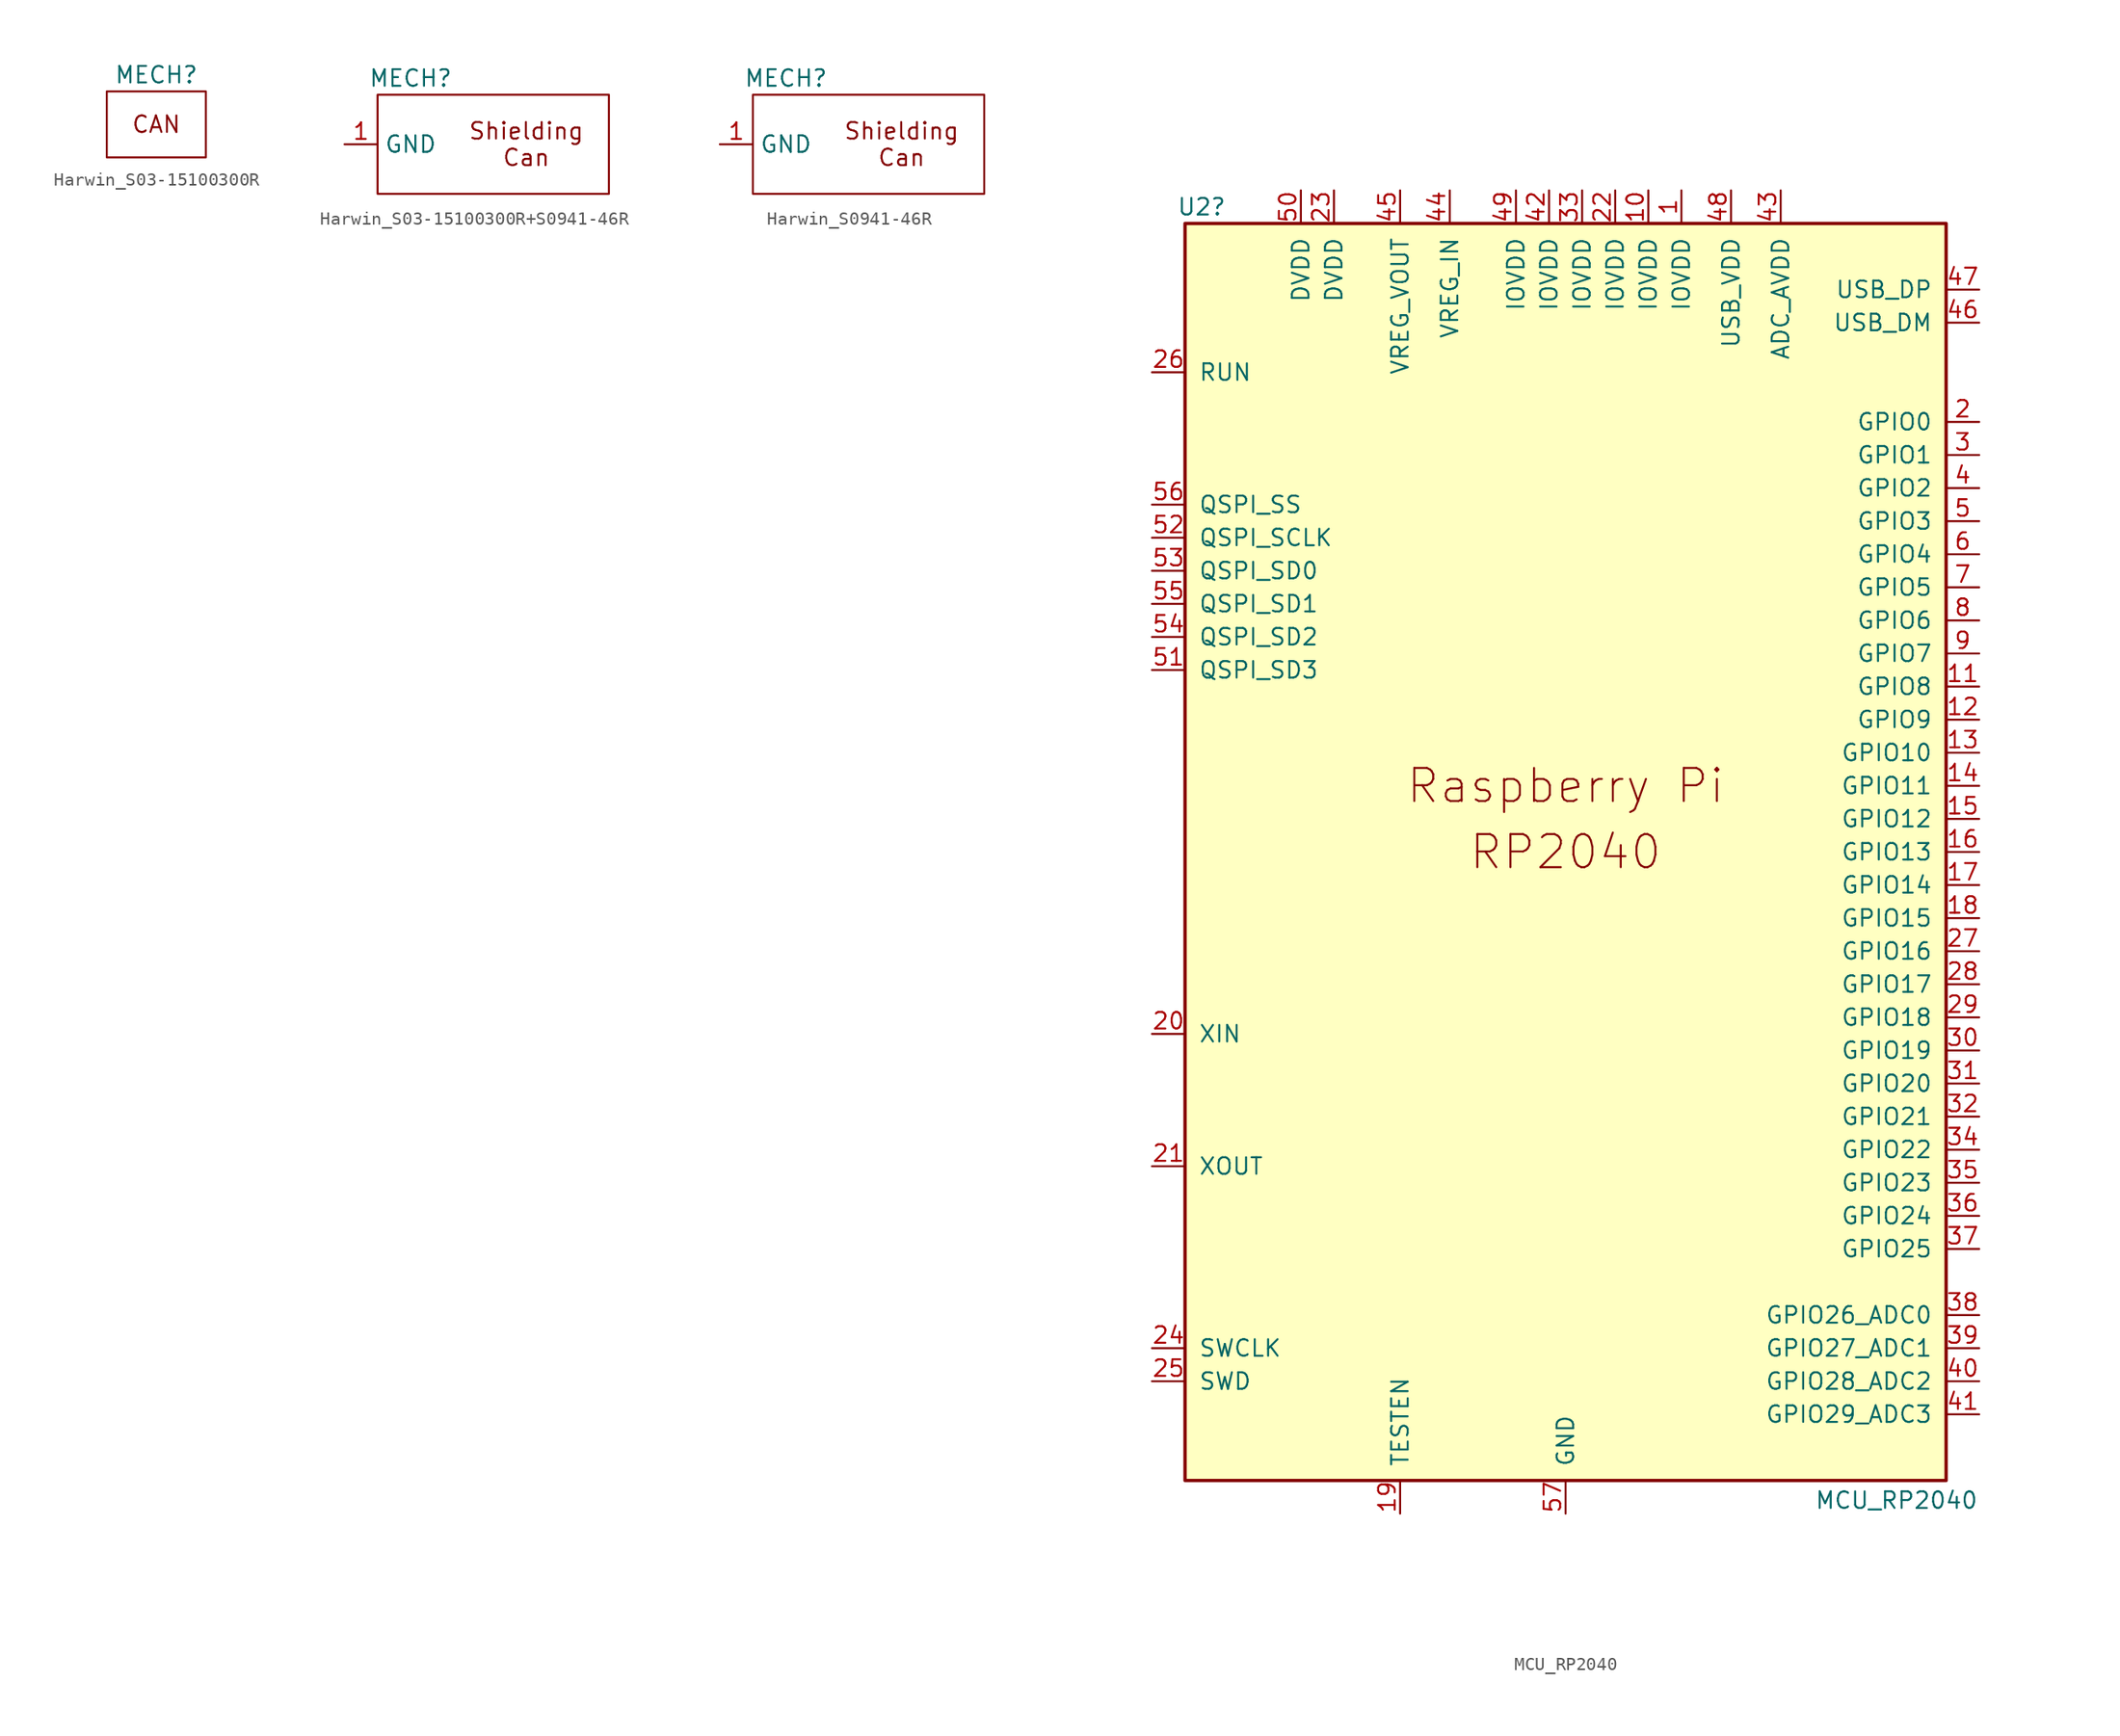
<source format=kicad_sym>
(kicad_symbol_lib
  (version 20231120)
  (generator "kicad_symbol_editor")
  (generator_version "8.0")
  (symbol "Harwin_S03-15100300R"
    (property "Reference" "MECH"
      (at 0 3.81 0)
      (effects (font (size 1.27 1.27))))
    (property "Value" ""
      (at 0 0 0)
      (effects (font (size 1.27 1.27))))
    (symbol "Harwin_S03-15100300R_0_1"
      (rectangle (start -3.81 2.54) (end 3.81 -2.54) (stroke (width 0) (type default)) (fill (type none))))
    (symbol "Harwin_S03-15100300R_1_1"
      (text "CAN" (at 0 0 0) (effects (font (size 1.27 1.27))))))
  (symbol "Harwin_S03-15100300R+S0941-46R"
    (property "Reference" "MECH"
      (at -6.35 5.08 0)
      (effects (font (size 1.27 1.27))))
    (property "Value" ""
      (at 2.54 0 0)
      (effects (font (size 1.27 1.27))))
    (symbol "Harwin_S03-15100300R+S0941-46R_1_1"
      (rectangle (start -8.89 3.81) (end 8.89 -3.81) (stroke (width 0) (type default)) (fill (type none)))
      (text "Shielding\nCan" (at 2.54 0 0) (effects (font (size 1.27 1.27))))
      (pin input line (at -11.43 0 0) (length 2.54) (name "GND" (effects (font (size 1.27 1.27)))) (number "1" (effects (font (size 1.27 1.27)))))))
  (symbol "Harwin_S0941-46R"
    (property "Reference" "MECH"
      (at -6.35 5.08 0)
      (effects (font (size 1.27 1.27))))
    (property "Value" ""
      (at 0 0 0)
      (effects (font (size 1.27 1.27))))
    (symbol "Harwin_S0941-46R_1_1"
      (rectangle (start -8.89 3.81) (end 8.89 -3.81) (stroke (width 0) (type default)) (fill (type none)))
      (text "Shielding\nCan" (at 2.54 0 0) (effects (font (size 1.27 1.27))))
      (pin input line (at -11.43 0 0) (length 2.54) (name "GND" (effects (font (size 1.27 1.27)))) (number "1" (effects (font (size 1.27 1.27)))))))
  (symbol "MCU_RP2040"
    (pin_names
      (offset 1.016))
    (property "Reference" "U2"
      (at -27.94 49.53 0)
      (effects (font (size 1.27 1.27))))
    (property "Value" "MCU_RP2040"
      (at 25.4 -49.784 0)
      (effects (font (size 1.27 1.27))))
    (symbol "MCU_RP2040_0_0"
      (text "Raspberry Pi" (at 0 5.08 0) (effects (font (size 2.54 2.54))))
      (text "RP2040" (at 0 0 0) (effects (font (size 2.54 2.54)))))
    (symbol "MCU_RP2040_0_1"
      (rectangle (start -29.21 48.26) (end 29.21 -48.26) (stroke (width 0.254) (type solid)) (fill (type background))))
    (symbol "MCU_RP2040_1_1"
      (pin power_in line (at 8.89 50.8 270) (length 2.54) (name "IOVDD" (effects (font (size 1.27 1.27)))) (number "1" (effects (font (size 1.27 1.27)))))
      (pin power_in line (at 6.35 50.8 270) (length 2.54) (name "IOVDD" (effects (font (size 1.27 1.27)))) (number "10" (effects (font (size 1.27 1.27)))))
      (pin bidirectional line (at 31.75 12.7 180) (length 2.54) (name "GPIO8" (effects (font (size 1.27 1.27)))) (number "11" (effects (font (size 1.27 1.27)))))
      (pin bidirectional line (at 31.75 10.16 180) (length 2.54) (name "GPIO9" (effects (font (size 1.27 1.27)))) (number "12" (effects (font (size 1.27 1.27)))))
      (pin bidirectional line (at 31.75 7.62 180) (length 2.54) (name "GPIO10" (effects (font (size 1.27 1.27)))) (number "13" (effects (font (size 1.27 1.27)))))
      (pin bidirectional line (at 31.75 5.08 180) (length 2.54) (name "GPIO11" (effects (font (size 1.27 1.27)))) (number "14" (effects (font (size 1.27 1.27)))))
      (pin bidirectional line (at 31.75 2.54 180) (length 2.54) (name "GPIO12" (effects (font (size 1.27 1.27)))) (number "15" (effects (font (size 1.27 1.27)))))
      (pin bidirectional line (at 31.75 0 180) (length 2.54) (name "GPIO13" (effects (font (size 1.27 1.27)))) (number "16" (effects (font (size 1.27 1.27)))))
      (pin bidirectional line (at 31.75 -2.54 180) (length 2.54) (name "GPIO14" (effects (font (size 1.27 1.27)))) (number "17" (effects (font (size 1.27 1.27)))))
      (pin bidirectional line (at 31.75 -5.08 180) (length 2.54) (name "GPIO15" (effects (font (size 1.27 1.27)))) (number "18" (effects (font (size 1.27 1.27)))))
      (pin passive line (at -12.7 -50.8 90) (length 2.54) (name "TESTEN" (effects (font (size 1.27 1.27)))) (number "19" (effects (font (size 1.27 1.27)))))
      (pin bidirectional line (at 31.75 33.02 180) (length 2.54) (name "GPIO0" (effects (font (size 1.27 1.27)))) (number "2" (effects (font (size 1.27 1.27)))))
      (pin input line (at -31.75 -13.97 0) (length 2.54) (name "XIN" (effects (font (size 1.27 1.27)))) (number "20" (effects (font (size 1.27 1.27)))))
      (pin passive line (at -31.75 -24.13 0) (length 2.54) (name "XOUT" (effects (font (size 1.27 1.27)))) (number "21" (effects (font (size 1.27 1.27)))))
      (pin power_in line (at 3.81 50.8 270) (length 2.54) (name "IOVDD" (effects (font (size 1.27 1.27)))) (number "22" (effects (font (size 1.27 1.27)))))
      (pin power_in line (at -17.78 50.8 270) (length 2.54) (name "DVDD" (effects (font (size 1.27 1.27)))) (number "23" (effects (font (size 1.27 1.27)))))
      (pin output line (at -31.75 -38.1 0) (length 2.54) (name "SWCLK" (effects (font (size 1.27 1.27)))) (number "24" (effects (font (size 1.27 1.27)))))
      (pin bidirectional line (at -31.75 -40.64 0) (length 2.54) (name "SWD" (effects (font (size 1.27 1.27)))) (number "25" (effects (font (size 1.27 1.27)))))
      (pin input line (at -31.75 36.83 0) (length 2.54) (name "RUN" (effects (font (size 1.27 1.27)))) (number "26" (effects (font (size 1.27 1.27)))))
      (pin bidirectional line (at 31.75 -7.62 180) (length 2.54) (name "GPIO16" (effects (font (size 1.27 1.27)))) (number "27" (effects (font (size 1.27 1.27)))))
      (pin bidirectional line (at 31.75 -10.16 180) (length 2.54) (name "GPIO17" (effects (font (size 1.27 1.27)))) (number "28" (effects (font (size 1.27 1.27)))))
      (pin bidirectional line (at 31.75 -12.7 180) (length 2.54) (name "GPIO18" (effects (font (size 1.27 1.27)))) (number "29" (effects (font (size 1.27 1.27)))))
      (pin bidirectional line (at 31.75 30.48 180) (length 2.54) (name "GPIO1" (effects (font (size 1.27 1.27)))) (number "3" (effects (font (size 1.27 1.27)))))
      (pin bidirectional line (at 31.75 -15.24 180) (length 2.54) (name "GPIO19" (effects (font (size 1.27 1.27)))) (number "30" (effects (font (size 1.27 1.27)))))
      (pin bidirectional line (at 31.75 -17.78 180) (length 2.54) (name "GPIO20" (effects (font (size 1.27 1.27)))) (number "31" (effects (font (size 1.27 1.27)))))
      (pin bidirectional line (at 31.75 -20.32 180) (length 2.54) (name "GPIO21" (effects (font (size 1.27 1.27)))) (number "32" (effects (font (size 1.27 1.27)))))
      (pin power_in line (at 1.27 50.8 270) (length 2.54) (name "IOVDD" (effects (font (size 1.27 1.27)))) (number "33" (effects (font (size 1.27 1.27)))))
      (pin bidirectional line (at 31.75 -22.86 180) (length 2.54) (name "GPIO22" (effects (font (size 1.27 1.27)))) (number "34" (effects (font (size 1.27 1.27)))))
      (pin bidirectional line (at 31.75 -25.4 180) (length 2.54) (name "GPIO23" (effects (font (size 1.27 1.27)))) (number "35" (effects (font (size 1.27 1.27)))))
      (pin bidirectional line (at 31.75 -27.94 180) (length 2.54) (name "GPIO24" (effects (font (size 1.27 1.27)))) (number "36" (effects (font (size 1.27 1.27)))))
      (pin bidirectional line (at 31.75 -30.48 180) (length 2.54) (name "GPIO25" (effects (font (size 1.27 1.27)))) (number "37" (effects (font (size 1.27 1.27)))))
      (pin bidirectional line (at 31.75 -35.56 180) (length 2.54) (name "GPIO26_ADC0" (effects (font (size 1.27 1.27)))) (number "38" (effects (font (size 1.27 1.27)))))
      (pin bidirectional line (at 31.75 -38.1 180) (length 2.54) (name "GPIO27_ADC1" (effects (font (size 1.27 1.27)))) (number "39" (effects (font (size 1.27 1.27)))))
      (pin bidirectional line (at 31.75 27.94 180) (length 2.54) (name "GPIO2" (effects (font (size 1.27 1.27)))) (number "4" (effects (font (size 1.27 1.27)))))
      (pin bidirectional line (at 31.75 -40.64 180) (length 2.54) (name "GPIO28_ADC2" (effects (font (size 1.27 1.27)))) (number "40" (effects (font (size 1.27 1.27)))))
      (pin bidirectional line (at 31.75 -43.18 180) (length 2.54) (name "GPIO29_ADC3" (effects (font (size 1.27 1.27)))) (number "41" (effects (font (size 1.27 1.27)))))
      (pin power_in line (at -1.27 50.8 270) (length 2.54) (name "IOVDD" (effects (font (size 1.27 1.27)))) (number "42" (effects (font (size 1.27 1.27)))))
      (pin power_in line (at 16.51 50.8 270) (length 2.54) (name "ADC_AVDD" (effects (font (size 1.27 1.27)))) (number "43" (effects (font (size 1.27 1.27)))))
      (pin power_in line (at -8.89 50.8 270) (length 2.54) (name "VREG_IN" (effects (font (size 1.27 1.27)))) (number "44" (effects (font (size 1.27 1.27)))))
      (pin power_out line (at -12.7 50.8 270) (length 2.54) (name "VREG_VOUT" (effects (font (size 1.27 1.27)))) (number "45" (effects (font (size 1.27 1.27)))))
      (pin bidirectional line (at 31.75 40.64 180) (length 2.54) (name "USB_DM" (effects (font (size 1.27 1.27)))) (number "46" (effects (font (size 1.27 1.27)))))
      (pin bidirectional line (at 31.75 43.18 180) (length 2.54) (name "USB_DP" (effects (font (size 1.27 1.27)))) (number "47" (effects (font (size 1.27 1.27)))))
      (pin power_in line (at 12.7 50.8 270) (length 2.54) (name "USB_VDD" (effects (font (size 1.27 1.27)))) (number "48" (effects (font (size 1.27 1.27)))))
      (pin power_in line (at -3.81 50.8 270) (length 2.54) (name "IOVDD" (effects (font (size 1.27 1.27)))) (number "49" (effects (font (size 1.27 1.27)))))
      (pin bidirectional line (at 31.75 25.4 180) (length 2.54) (name "GPIO3" (effects (font (size 1.27 1.27)))) (number "5" (effects (font (size 1.27 1.27)))))
      (pin power_in line (at -20.32 50.8 270) (length 2.54) (name "DVDD" (effects (font (size 1.27 1.27)))) (number "50" (effects (font (size 1.27 1.27)))))
      (pin bidirectional line (at -31.75 13.97 0) (length 2.54) (name "QSPI_SD3" (effects (font (size 1.27 1.27)))) (number "51" (effects (font (size 1.27 1.27)))))
      (pin output line (at -31.75 24.13 0) (length 2.54) (name "QSPI_SCLK" (effects (font (size 1.27 1.27)))) (number "52" (effects (font (size 1.27 1.27)))))
      (pin bidirectional line (at -31.75 21.59 0) (length 2.54) (name "QSPI_SD0" (effects (font (size 1.27 1.27)))) (number "53" (effects (font (size 1.27 1.27)))))
      (pin bidirectional line (at -31.75 16.51 0) (length 2.54) (name "QSPI_SD2" (effects (font (size 1.27 1.27)))) (number "54" (effects (font (size 1.27 1.27)))))
      (pin bidirectional line (at -31.75 19.05 0) (length 2.54) (name "QSPI_SD1" (effects (font (size 1.27 1.27)))) (number "55" (effects (font (size 1.27 1.27)))))
      (pin bidirectional line (at -31.75 26.67 0) (length 2.54) (name "QSPI_SS" (effects (font (size 1.27 1.27)))) (number "56" (effects (font (size 1.27 1.27)))))
      (pin power_in line (at 0 -50.8 90) (length 2.54) (name "GND" (effects (font (size 1.27 1.27)))) (number "57" (effects (font (size 1.27 1.27)))))
      (pin bidirectional line (at 31.75 22.86 180) (length 2.54) (name "GPIO4" (effects (font (size 1.27 1.27)))) (number "6" (effects (font (size 1.27 1.27)))))
      (pin bidirectional line (at 31.75 20.32 180) (length 2.54) (name "GPIO5" (effects (font (size 1.27 1.27)))) (number "7" (effects (font (size 1.27 1.27)))))
      (pin bidirectional line (at 31.75 17.78 180) (length 2.54) (name "GPIO6" (effects (font (size 1.27 1.27)))) (number "8" (effects (font (size 1.27 1.27)))))
      (pin bidirectional line (at 31.75 15.24 180) (length 2.54) (name "GPIO7" (effects (font (size 1.27 1.27)))) (number "9" (effects (font (size 1.27 1.27))))))))
</source>
